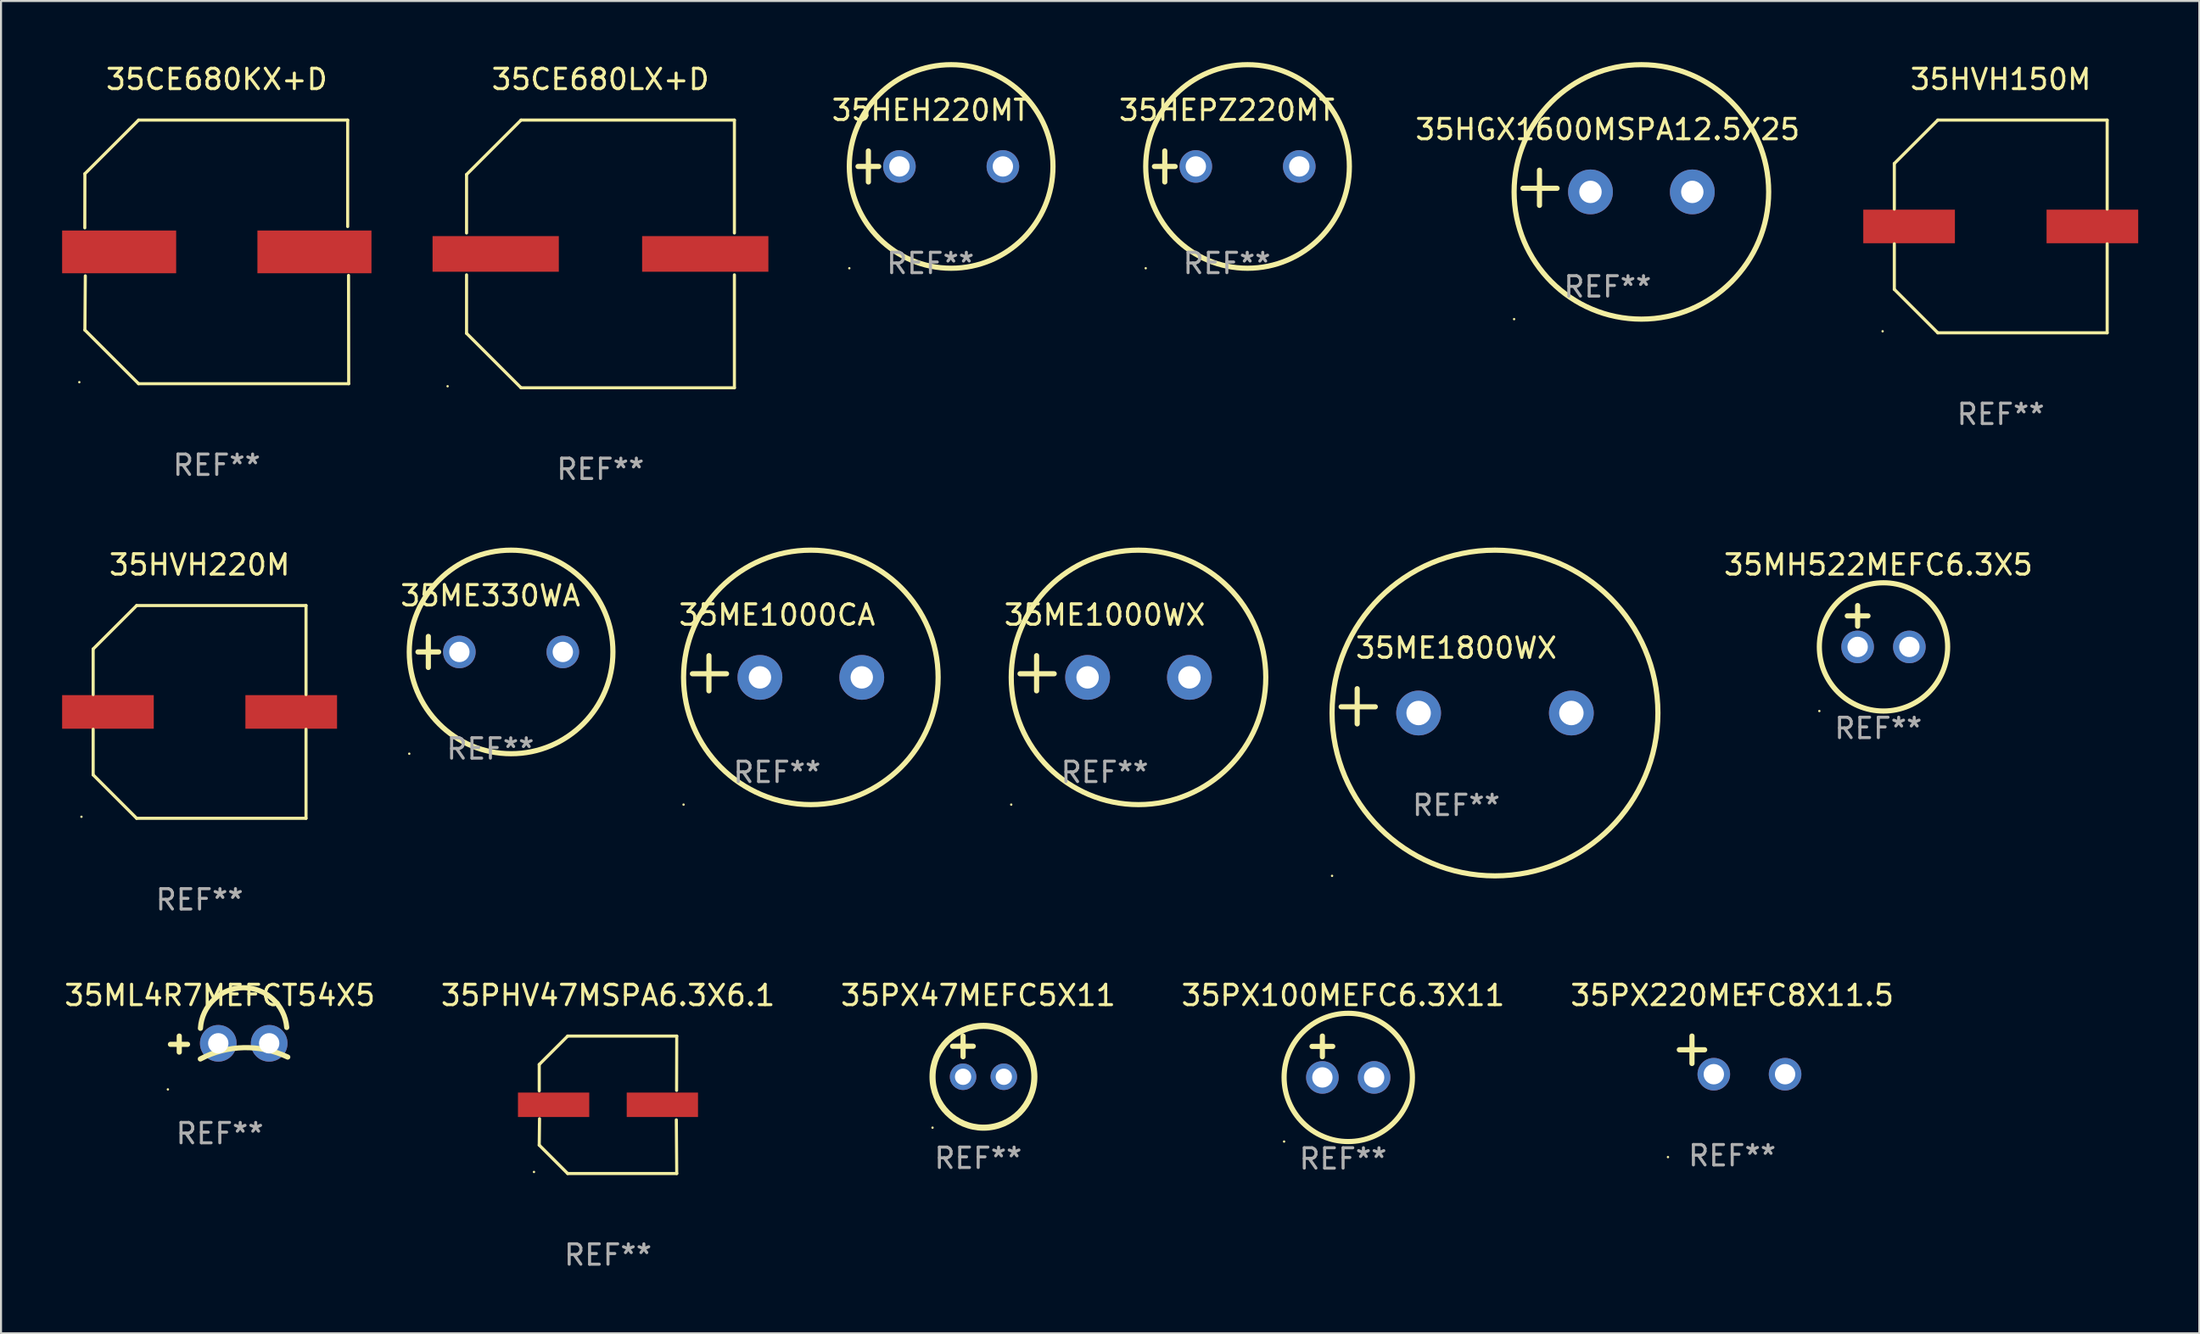
<source format=kicad_pcb>
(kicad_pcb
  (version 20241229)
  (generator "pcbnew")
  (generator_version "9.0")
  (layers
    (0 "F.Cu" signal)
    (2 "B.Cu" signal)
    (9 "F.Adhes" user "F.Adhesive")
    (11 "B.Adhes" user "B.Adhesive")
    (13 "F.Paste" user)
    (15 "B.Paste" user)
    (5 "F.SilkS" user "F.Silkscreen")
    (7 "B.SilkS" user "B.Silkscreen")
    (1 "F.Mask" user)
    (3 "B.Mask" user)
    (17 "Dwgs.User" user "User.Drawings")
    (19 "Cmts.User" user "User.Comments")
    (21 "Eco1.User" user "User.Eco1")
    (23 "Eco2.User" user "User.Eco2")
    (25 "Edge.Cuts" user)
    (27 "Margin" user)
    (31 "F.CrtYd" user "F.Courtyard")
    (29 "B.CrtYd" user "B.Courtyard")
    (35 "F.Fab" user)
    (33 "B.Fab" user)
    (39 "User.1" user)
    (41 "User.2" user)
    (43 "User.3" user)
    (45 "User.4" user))
  (footprint "35CE680LX+D"
    (layer "F.Cu")
    (at 26.435 9.424)
    (property "Reference" "35CE680LX+D" (at 0 -8.576 0) (layer "F.SilkS") (effects (font (size 1 1) (thickness 0.15))))
    (attr through_hole)
    (fp_line (start -6.576 -3.9) (end -6.576 -1.027) (stroke (width 0.152) (type solid)) (layer "F.SilkS"))
    (fp_line (start -6.576 3.9) (end -6.576 1.027) (stroke (width 0.152) (type solid)) (layer "F.SilkS"))
    (fp_line (start -3.9 -6.576) (end -6.576 -3.9) (stroke (width 0.152) (type solid)) (layer "F.SilkS"))
    (fp_line (start -3.9 6.576) (end -6.576 3.9) (stroke (width 0.152) (type solid)) (layer "F.SilkS"))
    (fp_line (start 6.576 -6.576) (end -3.9 -6.576) (stroke (width 0.152) (type solid)) (layer "F.SilkS"))
    (fp_line (start 6.576 -1.027) (end 6.576 -6.576) (stroke (width 0.152) (type solid)) (layer "F.SilkS"))
    (fp_line (start 6.576 1.027) (end 6.576 6.576) (stroke (width 0.152) (type solid)) (layer "F.SilkS"))
    (fp_line (start 6.576 6.576) (end -3.9 6.576) (stroke (width 0.152) (type solid)) (layer "F.SilkS"))
    (fp_circle (center -7.506 6.5) (end -7.476 6.5) (stroke (width 0.06) (type solid)) (fill no) (layer "F.SilkS"))
    (fp_text user "REF**" (at 0 10.576 0) (layer "F.Fab") (effects (font (size 1 1) (thickness 0.15))))
    (pad "1" smd rect (at -5.145 0) (size 6.2 1.75) (layers "F.Cu" "F.Mask" "F.Paste"))
    (pad "2" smd rect (at 5.145 0) (size 6.2 1.75) (layers "F.Cu" "F.Mask" "F.Paste")))
  (footprint "35HVH150M"
    (layer "F.Cu")
    (at 95.192 8.074)
    (property "Reference" "35HVH150M" (at 0 -7.226 0) (layer "F.SilkS") (effects (font (size 1 1) (thickness 0.15))))
    (attr through_hole)
    (fp_line (start -5.226 -3.09) (end -5.226 -0.852) (stroke (width 0.152) (type solid)) (layer "F.SilkS"))
    (fp_line (start -5.226 3.09) (end -5.226 0.852) (stroke (width 0.152) (type solid)) (layer "F.SilkS"))
    (fp_line (start -3.09 -5.226) (end -5.226 -3.09) (stroke (width 0.152) (type solid)) (layer "F.SilkS"))
    (fp_line (start -3.09 5.226) (end -5.226 3.09) (stroke (width 0.152) (type solid)) (layer "F.SilkS"))
    (fp_line (start 5.226 -5.226) (end -3.09 -5.226) (stroke (width 0.152) (type solid)) (layer "F.SilkS"))
    (fp_line (start 5.226 -0.852) (end 5.226 -5.226) (stroke (width 0.152) (type solid)) (layer "F.SilkS"))
    (fp_line (start 5.226 0.852) (end 5.226 5.226) (stroke (width 0.152) (type solid)) (layer "F.SilkS"))
    (fp_line (start 5.226 5.226) (end -3.09 5.226) (stroke (width 0.152) (type solid)) (layer "F.SilkS"))
    (fp_circle (center -5.8 5.15) (end -5.77 5.15) (stroke (width 0.06) (type solid)) (fill no) (layer "F.SilkS"))
    (fp_text user "REF**" (at 0 9.226 0) (layer "F.Fab") (effects (font (size 1 1) (thickness 0.15))))
    (pad "1" smd rect (at -4.5 0) (size 4.5 1.65) (layers "F.Cu" "F.Mask" "F.Paste"))
    (pad "2" smd rect (at 4.5 0) (size 4.5 1.65) (layers "F.Cu" "F.Mask" "F.Paste")))
  (footprint "35MH522MEFC6.3X5"
    (layer "F.Cu")
    (at 89.181 27.713)
    (property "Reference" "35MH522MEFC6.3X5" (at 0 -3.016 0) (layer "F.SilkS") (effects (font (size 1 1) (thickness 0.15))))
    (attr through_hole)
    (fp_line (start -1.524 -0.508) (end -0.508 -0.508) (stroke (width 0.254) (type solid)) (layer "F.SilkS"))
    (fp_line (start -1.016 -1.016) (end -1.016 0) (stroke (width 0.254) (type solid)) (layer "F.SilkS"))
    (fp_circle (center -2.896 4.166) (end -2.866 4.166) (stroke (width 0.06) (type solid)) (fill no) (layer "F.SilkS"))
    (fp_circle (center 0.254 1.016) (end 3.404 1.016) (stroke (width 0.254) (type solid)) (fill no) (layer "F.SilkS"))
    (fp_text user "REF**" (at 0 5.016 0) (layer "F.Fab") (effects (font (size 1 1) (thickness 0.15))))
    (pad "1" thru_hole circle (at -1.016 1.016) (size 1.6 1.6) (drill 1) (layers "*.Cu" "*.Mask"))
    (pad "2" thru_hole circle (at 1.524 1.016) (size 1.6 1.6) (drill 1) (layers "*.Cu" "*.Mask")))
  (footprint "35ML4R7MEFCT54X5"
    (layer "F.Cu")
    (at 7.744 48.24)
    (property "Reference" "35ML4R7MEFCT54X5" (at 0 -2.394 0) (layer "F.SilkS") (effects (font (size 1 1) (thickness 0.15))))
    (attr through_hole)
    (fp_line (start -1.992 0.394) (end -1.992 -0.394) (stroke (width 0.254) (type solid)) (layer "F.SilkS"))
    (fp_line (start -1.585 0.013) (end -2.424 0.013) (stroke (width 0.254) (type solid)) (layer "F.SilkS"))
    (fp_arc (start -0.956274 0.731902) (mid 1.178408 0.176168) (end 3.335344 0.638049) (stroke (width 0.254001) (type solid)) (layer "F.SilkS"))
    (fp_arc (start -0.951981 -0.775617) (mid 1.147269 -2.769146) (end 3.284747 -0.816662) (stroke (width 0.254001) (type solid)) (layer "F.SilkS"))
    (fp_circle (center -2.551 2.227) (end -2.521 2.227) (stroke (width 0.06) (type solid)) (fill no) (layer "F.SilkS"))
    (fp_text user "REF**" (at 0 4.394 0) (layer "F.Fab") (effects (font (size 1 1) (thickness 0.15))))
    (pad "1" thru_hole circle (at -0.076 -0.038) (size 1.8 1.8) (drill 1) (layers "*.Cu" "*.Mask"))
    (pad "2" thru_hole circle (at 2.424 -0.038) (size 1.8 1.8) (drill 1) (layers "*.Cu" "*.Mask")))
  (footprint "35HGX1600MSPA12.5X25"
    (layer "F.Cu")
    (at 75.889 6.174)
    (property "Reference" "35HGX1600MSPA12.5X25" (at 0 -2.864 0) (layer "F.SilkS") (effects (font (size 1 1) (thickness 0.15))))
    (attr through_hole)
    (fp_line (start -3.346 0.864) (end -3.346 -0.864) (stroke (width 0.254) (type solid)) (layer "F.SilkS"))
    (fp_line (start -2.482 0.025) (end -4.158 0.025) (stroke (width 0.254) (type solid)) (layer "F.SilkS"))
    (fp_circle (center -4.592 6.453) (end -4.562 6.453) (stroke (width 0.06) (type solid)) (fill no) (layer "F.SilkS"))
    (fp_circle (center 1.658 0.203) (end 7.908 0.203) (stroke (width 0.254) (type solid)) (fill no) (layer "F.SilkS"))
    (fp_text user "REF**" (at 0 4.864 0) (layer "F.Fab") (effects (font (size 1 1) (thickness 0.15))))
    (pad "1" thru_hole circle (at -0.842 0.203) (size 2.2 2.2) (drill 1.1) (layers "*.Cu" "*.Mask"))
    (pad "2" thru_hole circle (at 4.158 0.203) (size 2.2 2.2) (drill 1.1) (layers "*.Cu" "*.Mask")))
  (footprint "35CE680KX+D"
    (layer "F.Cu")
    (at 7.593 9.324)
    (property "Reference" "35CE680KX+D" (at 0 -8.476 0) (layer "F.SilkS") (effects (font (size 1 1) (thickness 0.15))))
    (attr through_hole)
    (fp_line (start -6.479 -1.181) (end -6.474 -3.84) (stroke (width 0.152) (type solid)) (layer "F.SilkS"))
    (fp_line (start -6.474 -3.84) (end -3.838 -6.476) (stroke (width 0.152) (type solid)) (layer "F.SilkS"))
    (fp_line (start -6.474 3.84) (end -3.838 6.476) (stroke (width 0.152) (type solid)) (layer "F.SilkS"))
    (fp_line (start -6.454 1.177) (end -6.474 3.84) (stroke (width 0.152) (type solid)) (layer "F.SilkS"))
    (fp_line (start -3.838 6.476) (end 6.479 6.476) (stroke (width 0.152) (type solid)) (layer "F.SilkS"))
    (fp_line (start -3.838 -6.476) (end 6.429 -6.476) (stroke (width 0.152) (type solid)) (layer "F.SilkS"))
    (fp_line (start 6.429 -6.476) (end 6.429 -1.245) (stroke (width 0.152) (type solid)) (layer "F.SilkS"))
    (fp_line (start 6.479 6.476) (end 6.471 1.156) (stroke (width 0.152) (type solid)) (layer "F.SilkS"))
    (fp_circle (center -6.748 6.4) (end -6.718 6.4) (stroke (width 0.06) (type solid)) (fill no) (layer "F.SilkS"))
    (fp_text user "REF**" (at 0 10.476 0) (layer "F.Fab") (effects (font (size 1 1) (thickness 0.15))))
    (pad "1" smd rect (at -4.793 0.000025) (size 5.6 2.1) (layers "F.Cu" "F.Mask" "F.Paste"))
    (pad "2" smd rect (at 4.797 0.000025) (size 5.6 2.1) (layers "F.Cu" "F.Mask" "F.Paste")))
  (footprint "35ME1000WX"
    (layer "F.Cu")
    (at 51.196 30.023)
    (property "Reference" "35ME1000WX" (at 0 -2.864 0) (layer "F.SilkS") (effects (font (size 1 1) (thickness 0.15))))
    (attr through_hole)
    (fp_line (start -3.346 0.864) (end -3.346 -0.864) (stroke (width 0.254) (type solid)) (layer "F.SilkS"))
    (fp_line (start -2.482 0.025) (end -4.158 0.025) (stroke (width 0.254) (type solid)) (layer "F.SilkS"))
    (fp_circle (center -4.592 6.453) (end -4.562 6.453) (stroke (width 0.06) (type solid)) (fill no) (layer "F.SilkS"))
    (fp_circle (center 1.658 0.203) (end 7.908 0.203) (stroke (width 0.254) (type solid)) (fill no) (layer "F.SilkS"))
    (fp_text user "REF**" (at 0 4.864 0) (layer "F.Fab") (effects (font (size 1 1) (thickness 0.15))))
    (pad "1" thru_hole circle (at -0.842 0.203) (size 2.2 2.2) (drill 1.1) (layers "*.Cu" "*.Mask"))
    (pad "2" thru_hole circle (at 4.158 0.203) (size 2.2 2.2) (drill 1.1) (layers "*.Cu" "*.Mask")))
  (footprint "35HEH220MT"
    (layer "F.Cu")
    (at 42.638 5.127)
    (property "Reference" "35HEH220MT" (at 0 -2.762 0) (layer "F.SilkS") (effects (font (size 1 1) (thickness 0.15))))
    (attr through_hole)
    (fp_line (start -3.556 0) (end -2.54 0) (stroke (width 0.254) (type solid)) (layer "F.SilkS"))
    (fp_line (start -3.048 -0.762) (end -3.048 0.762) (stroke (width 0.254) (type solid)) (layer "F.SilkS"))
    (fp_circle (center -3.984 5) (end -3.954 5) (stroke (width 0.06) (type solid)) (fill no) (layer "F.SilkS"))
    (fp_circle (center 1.016 0) (end 6.016 0) (stroke (width 0.254) (type solid)) (fill no) (layer "F.SilkS"))
    (fp_text user "REF**" (at 0 4.762 0) (layer "F.Fab") (effects (font (size 1 1) (thickness 0.15))))
    (pad "1" thru_hole circle (at -1.524 0) (size 1.6 1.6) (drill 1) (layers "*.Cu" "*.Mask"))
    (pad "2" thru_hole circle (at 3.556 0) (size 1.6 1.6) (drill 1) (layers "*.Cu" "*.Mask")))
  (footprint "35PX220MEFC8X11.5"
    (layer "F.Cu")
    (at 82.006 48.783)
    (property "Reference" "35PX220MEFC8X11.5" (at 0 -2.937 0) (layer "F.SilkS") (effects (font (size 1 1) (thickness 0.15))))
    (attr through_hole)
    (fp_line (start -1.975 0.41) (end -1.975 -0.937) (stroke (width 0.254) (type solid)) (layer "F.SilkS"))
    (fp_line (start -1.353 -0.263) (end -2.597 -0.263) (stroke (width 0.254) (type solid)) (layer "F.SilkS"))
    (fp_arc (start 0.849809 -3.063957) (mid 0.885369 -3.064114) (end 0.920929 -3.063957) (stroke (width 0.254001) (type solid)) (layer "F.SilkS"))
    (fp_circle (center -3.154 5.008) (end -3.124 5.008) (stroke (width 0.06) (type solid)) (fill no) (layer "F.SilkS"))
    (fp_text user "REF**" (at 0 4.937 0) (layer "F.Fab") (effects (font (size 1 1) (thickness 0.15))))
    (pad "1" thru_hole circle (at -0.903 0.937) (size 1.6 1.6) (drill 1) (layers "*.Cu" "*.Mask"))
    (pad "2" thru_hole circle (at 2.597 0.937) (size 1.6 1.6) (drill 1) (layers "*.Cu" "*.Mask")))
  (footprint "35HEPZ220MT"
    (layer "F.Cu")
    (at 57.192 5.127)
    (property "Reference" "35HEPZ220MT" (at 0 -2.762 0) (layer "F.SilkS") (effects (font (size 1 1) (thickness 0.15))))
    (attr through_hole)
    (fp_line (start -3.556 0) (end -2.54 0) (stroke (width 0.254) (type solid)) (layer "F.SilkS"))
    (fp_line (start -3.048 -0.762) (end -3.048 0.762) (stroke (width 0.254) (type solid)) (layer "F.SilkS"))
    (fp_circle (center -3.984 5) (end -3.954 5) (stroke (width 0.06) (type solid)) (fill no) (layer "F.SilkS"))
    (fp_circle (center 1.016 0) (end 6.016 0) (stroke (width 0.254) (type solid)) (fill no) (layer "F.SilkS"))
    (fp_text user "REF**" (at 0 4.762 0) (layer "F.Fab") (effects (font (size 1 1) (thickness 0.15))))
    (pad "1" thru_hole circle (at -1.524 0) (size 1.6 1.6) (drill 1) (layers "*.Cu" "*.Mask"))
    (pad "2" thru_hole circle (at 3.556 0) (size 1.6 1.6) (drill 1) (layers "*.Cu" "*.Mask")))
  (footprint "35ME1000CA"
    (layer "F.Cu")
    (at 35.107 30.023)
    (property "Reference" "35ME1000CA" (at 0 -2.864 0) (layer "F.SilkS") (effects (font (size 1 1) (thickness 0.15))))
    (attr through_hole)
    (fp_line (start -3.346 0.864) (end -3.346 -0.864) (stroke (width 0.254) (type solid)) (layer "F.SilkS"))
    (fp_line (start -2.482 0.025) (end -4.158 0.025) (stroke (width 0.254) (type solid)) (layer "F.SilkS"))
    (fp_circle (center -4.592 6.453) (end -4.562 6.453) (stroke (width 0.06) (type solid)) (fill no) (layer "F.SilkS"))
    (fp_circle (center 1.658 0.203) (end 7.908 0.203) (stroke (width 0.254) (type solid)) (fill no) (layer "F.SilkS"))
    (fp_text user "REF**" (at 0 4.864 0) (layer "F.Fab") (effects (font (size 1 1) (thickness 0.15))))
    (pad "1" thru_hole circle (at -0.842 0.203) (size 2.2 2.2) (drill 1.1) (layers "*.Cu" "*.Mask"))
    (pad "2" thru_hole circle (at 4.158 0.203) (size 2.2 2.2) (drill 1.1) (layers "*.Cu" "*.Mask")))
  (footprint "35ME1800WX"
    (layer "F.Cu")
    (at 68.456 31.646)
    (property "Reference" "35ME1800WX" (at 0 -2.864 0) (layer "F.SilkS") (effects (font (size 1 1) (thickness 0.15))))
    (attr through_hole)
    (fp_line (start -4.864 0.864) (end -4.864 -0.864) (stroke (width 0.254) (type solid)) (layer "F.SilkS"))
    (fp_line (start -3.975 0.025) (end -5.652 0.025) (stroke (width 0.254) (type solid)) (layer "F.SilkS"))
    (fp_circle (center -6.098 8.33) (end -6.068 8.33) (stroke (width 0.06) (type solid)) (fill no) (layer "F.SilkS"))
    (fp_circle (center 1.902 0.33) (end 9.902 0.33) (stroke (width 0.254) (type solid)) (fill no) (layer "F.SilkS"))
    (fp_text user "REF**" (at 0 4.864 0) (layer "F.Fab") (effects (font (size 1 1) (thickness 0.15))))
    (pad "1" thru_hole circle (at -1.848 0.33) (size 2.2 2.2) (drill 1.2) (layers "*.Cu" "*.Mask"))
    (pad "2" thru_hole circle (at 5.652 0.33) (size 2.2 2.2) (drill 1.2) (layers "*.Cu" "*.Mask")))
  (footprint "35HVH220M"
    (layer "F.Cu")
    (at 6.75 31.923)
    (property "Reference" "35HVH220M" (at 0 -7.226 0) (layer "F.SilkS") (effects (font (size 1 1) (thickness 0.15))))
    (attr through_hole)
    (fp_line (start -5.226 -3.09) (end -5.226 -0.852) (stroke (width 0.152) (type solid)) (layer "F.SilkS"))
    (fp_line (start -5.226 3.09) (end -5.226 0.852) (stroke (width 0.152) (type solid)) (layer "F.SilkS"))
    (fp_line (start -3.09 -5.226) (end -5.226 -3.09) (stroke (width 0.152) (type solid)) (layer "F.SilkS"))
    (fp_line (start -3.09 5.226) (end -5.226 3.09) (stroke (width 0.152) (type solid)) (layer "F.SilkS"))
    (fp_line (start 5.226 -5.226) (end -3.09 -5.226) (stroke (width 0.152) (type solid)) (layer "F.SilkS"))
    (fp_line (start 5.226 -0.852) (end 5.226 -5.226) (stroke (width 0.152) (type solid)) (layer "F.SilkS"))
    (fp_line (start 5.226 0.852) (end 5.226 5.226) (stroke (width 0.152) (type solid)) (layer "F.SilkS"))
    (fp_line (start 5.226 5.226) (end -3.09 5.226) (stroke (width 0.152) (type solid)) (layer "F.SilkS"))
    (fp_circle (center -5.8 5.15) (end -5.77 5.15) (stroke (width 0.06) (type solid)) (fill no) (layer "F.SilkS"))
    (fp_text user "REF**" (at 0 9.226 0) (layer "F.Fab") (effects (font (size 1 1) (thickness 0.15))))
    (pad "1" smd rect (at -4.5 0) (size 4.5 1.65) (layers "F.Cu" "F.Mask" "F.Paste"))
    (pad "2" smd rect (at 4.5 0) (size 4.5 1.65) (layers "F.Cu" "F.Mask" "F.Paste")))
  (footprint "35PHV47MSPA6.3X6.1"
    (layer "F.Cu")
    (at 26.804 51.222)
    (property "Reference" "35PHV47MSPA6.3X6.1" (at 0 -5.376 0) (layer "F.SilkS") (effects (font (size 1 1) (thickness 0.15))))
    (attr through_hole)
    (fp_line (start -3.376 -1.98) (end -3.376 -0.686) (stroke (width 0.152) (type solid)) (layer "F.SilkS"))
    (fp_line (start -3.376 1.981) (end -3.362 0.686) (stroke (width 0.152) (type solid)) (layer "F.SilkS"))
    (fp_line (start -1.981 3.376) (end -3.376 1.981) (stroke (width 0.152) (type solid)) (layer "F.SilkS"))
    (fp_line (start -1.98 -3.376) (end -3.376 -1.98) (stroke (width 0.152) (type solid)) (layer "F.SilkS"))
    (fp_line (start 3.356 0.74) (end 3.376 3.376) (stroke (width 0.152) (type solid)) (layer "F.SilkS"))
    (fp_line (start 3.369 -0.707) (end 3.376 -3.376) (stroke (width 0.152) (type solid)) (layer "F.SilkS"))
    (fp_line (start 3.376 3.376) (end -1.981 3.376) (stroke (width 0.152) (type solid)) (layer "F.SilkS"))
    (fp_line (start 3.376 -3.376) (end -1.98 -3.376) (stroke (width 0.152) (type solid)) (layer "F.SilkS"))
    (fp_circle (center -3.634 3.3) (end -3.604 3.3) (stroke (width 0.06) (type solid)) (fill no) (layer "F.SilkS"))
    (fp_text user "REF**" (at 0 7.376 0) (layer "F.Fab") (effects (font (size 1 1) (thickness 0.15))))
    (pad "1" smd rect (at -2.67 0.000254) (size 3.5 1.2) (layers "F.Cu" "F.Mask" "F.Paste"))
    (pad "2" smd rect (at 2.67 0.000254) (size 3.5 1.2) (layers "F.Cu" "F.Mask" "F.Paste")))
  (footprint "35ME330WA"
    (layer "F.Cu")
    (at 21.03 28.976)
    (property "Reference" "35ME330WA" (at 0 -2.762 0) (layer "F.SilkS") (effects (font (size 1 1) (thickness 0.15))))
    (attr through_hole)
    (fp_line (start -3.556 0) (end -2.54 0) (stroke (width 0.254) (type solid)) (layer "F.SilkS"))
    (fp_line (start -3.048 -0.762) (end -3.048 0.762) (stroke (width 0.254) (type solid)) (layer "F.SilkS"))
    (fp_circle (center -3.984 5) (end -3.954 5) (stroke (width 0.06) (type solid)) (fill no) (layer "F.SilkS"))
    (fp_circle (center 1.016 0) (end 6.016 0) (stroke (width 0.254) (type solid)) (fill no) (layer "F.SilkS"))
    (fp_text user "REF**" (at 0 4.762 0) (layer "F.Fab") (effects (font (size 1 1) (thickness 0.15))))
    (pad "1" thru_hole circle (at -1.524 0) (size 1.6 1.6) (drill 1) (layers "*.Cu" "*.Mask"))
    (pad "2" thru_hole circle (at 3.556 0) (size 1.6 1.6) (drill 1) (layers "*.Cu" "*.Mask")))
  (footprint "35PX100MEFC6.3X11"
    (layer "F.Cu")
    (at 62.899 48.862)
    (property "Reference" "35PX100MEFC6.3X11" (at 0 -3.016 0) (layer "F.SilkS") (effects (font (size 1 1) (thickness 0.15))))
    (attr through_hole)
    (fp_line (start -1.524 -0.508) (end -0.508 -0.508) (stroke (width 0.254) (type solid)) (layer "F.SilkS"))
    (fp_line (start -1.016 -1.016) (end -1.016 0) (stroke (width 0.254) (type solid)) (layer "F.SilkS"))
    (fp_circle (center -2.896 4.166) (end -2.866 4.166) (stroke (width 0.06) (type solid)) (fill no) (layer "F.SilkS"))
    (fp_circle (center 0.254 1.016) (end 3.404 1.016) (stroke (width 0.254) (type solid)) (fill no) (layer "F.SilkS"))
    (fp_text user "REF**" (at 0 5.016 0) (layer "F.Fab") (effects (font (size 1 1) (thickness 0.15))))
    (pad "1" thru_hole circle (at -1.016 1.016) (size 1.6 1.6) (drill 1) (layers "*.Cu" "*.Mask"))
    (pad "2" thru_hole circle (at 1.524 1.016) (size 1.6 1.6) (drill 1) (layers "*.Cu" "*.Mask")))
  (footprint "35PX47MEFC5X11"
    (layer "F.Cu")
    (at 44.982 48.846)
    (property "Reference" "35PX47MEFC5X11" (at 0 -3 0) (layer "F.SilkS") (effects (font (size 1 1) (thickness 0.15))))
    (attr through_hole)
    (fp_line (start -1.258 -0.5) (end -0.242 -0.5) (stroke (width 0.254) (type solid)) (layer "F.SilkS"))
    (fp_line (start -0.742 -1) (end -0.742 0.016) (stroke (width 0.254) (type solid)) (layer "F.SilkS"))
    (fp_circle (center -2.242 3.5) (end -2.212 3.5) (stroke (width 0.06) (type solid)) (fill no) (layer "F.SilkS"))
    (fp_circle (center 0.258 1) (end 2.758 1) (stroke (width 0.3) (type solid)) (fill no) (layer "F.SilkS"))
    (fp_text user "REF**" (at 0 5 0) (layer "F.Fab") (effects (font (size 1 1) (thickness 0.15))))
    (pad "1" thru_hole circle (at -0.742 1) (size 1.3 1.3) (drill 0.8) (layers "*.Cu" "*.Mask"))
    (pad "2" thru_hole circle (at 1.258 1) (size 1.3 1.3) (drill 0.8) (layers "*.Cu" "*.Mask")))
  (gr_rect
    (start -3 -3)
    (end 104.942 62.446)
    (stroke (width 0.1) (type default))
    (fill no)
    (layer "Edge.Cuts")))
</source>
